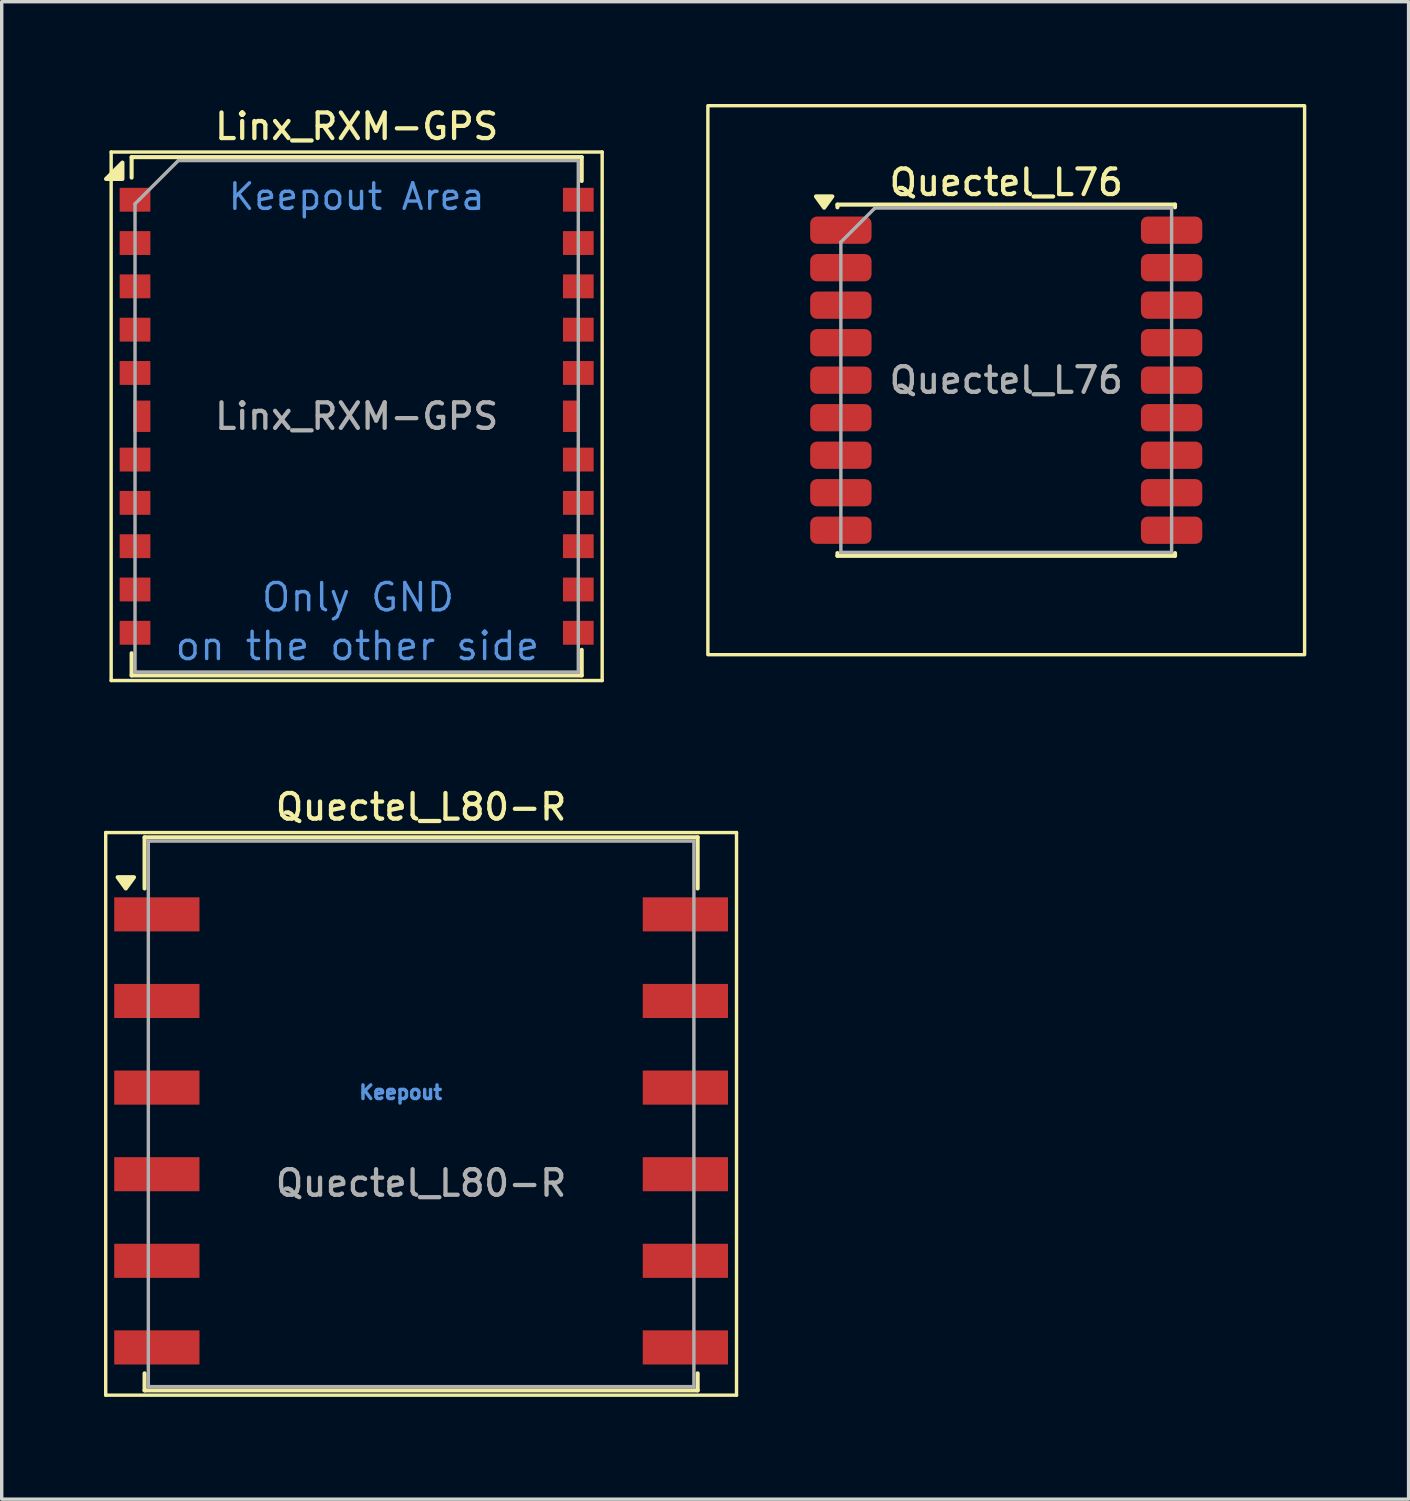
<source format=kicad_pcb>
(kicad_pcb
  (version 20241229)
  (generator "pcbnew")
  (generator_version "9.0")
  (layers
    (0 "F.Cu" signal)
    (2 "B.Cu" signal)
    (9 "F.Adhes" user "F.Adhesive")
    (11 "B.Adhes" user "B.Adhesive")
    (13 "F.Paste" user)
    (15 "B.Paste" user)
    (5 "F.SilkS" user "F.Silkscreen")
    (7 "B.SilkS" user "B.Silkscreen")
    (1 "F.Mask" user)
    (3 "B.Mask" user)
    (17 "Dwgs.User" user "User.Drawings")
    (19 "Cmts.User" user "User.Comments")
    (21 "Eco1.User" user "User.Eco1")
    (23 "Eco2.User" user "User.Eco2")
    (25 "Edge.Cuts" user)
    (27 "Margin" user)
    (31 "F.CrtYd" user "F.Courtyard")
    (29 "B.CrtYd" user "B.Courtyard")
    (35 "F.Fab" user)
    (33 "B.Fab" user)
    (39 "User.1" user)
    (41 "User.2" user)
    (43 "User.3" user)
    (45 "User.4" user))
  (footprint "Quectel_L80-R"
    (layer "F.Cu")
    (at 9.3 29.616)
    (property "Reference" "Quectel_L80-R" (at 0 -9 180) (layer "F.SilkS") (effects (font (size 0.75 0.75) (thickness 0.125))))
    (attr smd)
    (fp_line (start -9.25 -8.25) (end -9.25 8.25) (stroke (width 0.1) (type solid)) (layer "F.SilkS"))
    (fp_line (start -9.25 -8.25) (end 9.25 -8.25) (stroke (width 0.1) (type solid)) (layer "F.SilkS"))
    (fp_line (start -9.25 8.25) (end 9.25 8.25) (stroke (width 0.1) (type solid)) (layer "F.SilkS"))
    (fp_line (start -8.11 -8.11) (end -8.11 -6.61) (stroke (width 0.12) (type solid)) (layer "F.SilkS"))
    (fp_line (start -8.11 8.11) (end -8.11 7.61) (stroke (width 0.12) (type default)) (layer "F.SilkS"))
    (fp_line (start 8.11 -8.11) (end -8.11 -8.11) (stroke (width 0.12) (type solid)) (layer "F.SilkS"))
    (fp_line (start 8.11 -8.11) (end 8.11 -6.61) (stroke (width 0.12) (type solid)) (layer "F.SilkS"))
    (fp_line (start 8.11 8.11) (end -8.11 8.11) (stroke (width 0.12) (type solid)) (layer "F.SilkS"))
    (fp_line (start 8.11 8.11) (end 8.11 7.61) (stroke (width 0.12) (type default)) (layer "F.SilkS"))
    (fp_line (start 9.25 8.25) (end 9.25 -8.25) (stroke (width 0.1) (type solid)) (layer "F.SilkS"))
    (fp_poly (pts (xy -8.66 -6.61) (xy -8.9 -6.94) (xy -8.42 -6.94) (xy -8.66 -6.61)) (stroke (width 0.12) (type solid)) (fill yes) (layer "F.SilkS"))
    (fp_line (start -8 8) (end -8 -8) (stroke (width 0.1) (type solid)) (layer "F.Fab"))
    (fp_line (start 8 -8) (end -8 -8) (stroke (width 0.1) (type solid)) (layer "F.Fab"))
    (fp_line (start 8 8) (end -8 8) (stroke (width 0.1) (type solid)) (layer "F.Fab"))
    (fp_line (start 8 8) (end 8 -8) (stroke (width 0.1) (type solid)) (layer "F.Fab"))
    (fp_text user "Keepout" (at -0.6 -0.63 0) (layer "Cmts.User") (effects (font (size 0.4 0.4) (thickness 0.1))))
    (fp_text user "${REFERENCE}" (at 0 2.032 0) (layer "F.Fab") (effects (font (size 0.75 0.75) (thickness 0.125))))
    (pad "1" smd rect (at -7.75 -5.85 180) (size 2.5 1) (layers "F.Cu" "F.Mask" "F.Paste"))
    (pad "2" smd rect (at -7.75 -3.31 180) (size 2.5 1) (layers "F.Cu" "F.Mask" "F.Paste"))
    (pad "3" smd rect (at -7.75 -0.77 180) (size 2.5 1) (layers "F.Cu" "F.Mask" "F.Paste"))
    (pad "4" smd rect (at -7.75 1.77 180) (size 2.5 1) (layers "F.Cu" "F.Mask" "F.Paste"))
    (pad "5" smd rect (at -7.75 4.31 180) (size 2.5 1) (layers "F.Cu" "F.Mask" "F.Paste"))
    (pad "6" smd rect (at -7.75 6.85 180) (size 2.5 1) (layers "F.Cu" "F.Mask" "F.Paste"))
    (pad "7" smd rect (at 7.75 6.85 180) (size 2.5 1) (layers "F.Cu" "F.Mask" "F.Paste"))
    (pad "8" smd rect (at 7.75 4.31 180) (size 2.5 1) (layers "F.Cu" "F.Mask" "F.Paste"))
    (pad "9" smd rect (at 7.75 1.77 180) (size 2.5 1) (layers "F.Cu" "F.Mask" "F.Paste"))
    (pad "10" smd rect (at 7.75 -0.77 180) (size 2.5 1) (layers "F.Cu" "F.Mask" "F.Paste"))
    (pad "11" smd rect (at 7.75 -3.31 180) (size 2.5 1) (layers "F.Cu" "F.Mask" "F.Paste"))
    (pad "12" smd rect (at 7.75 -5.85 180) (size 2.5 1) (layers "F.Cu" "F.Mask" "F.Paste"))
    (zone (net_name "") (layer "F.Cu") (hatch full 0.508) (connect_pads) (min_thickness 0.254) (filled_areas_thickness no) (keepout (tracks not_allowed) (vias not_allowed) (pads not_allowed) (copperpour not_allowed) (footprints not_allowed)) (placement (enabled no)) (fill) (polygon (pts (xy 9.955 28.986) (xy 9.936 28.768) (xy 9.879 28.557) (xy 9.787 28.359) (xy 9.661 28.18) (xy 9.507 28.025) (xy 9.327 27.9) (xy 9.129 27.807) (xy 8.918 27.751) (xy 8.7 27.731) (xy 8.482 27.751) (xy 8.271 27.807) (xy 8.073 27.9) (xy 7.893 28.025) (xy 7.739 28.18) (xy 7.613 28.359) (xy 7.521 28.557) (xy 7.464 28.768) (xy 7.445 28.986) (xy 7.464 29.204) (xy 7.521 29.415) (xy 7.613 29.614) (xy 7.739 29.793) (xy 7.893 29.947) (xy 8.073 30.073) (xy 8.271 30.165) (xy 8.482 30.222) (xy 8.7 30.241) (xy 8.918 30.222) (xy 9.129 30.165) (xy 9.327 30.073) (xy 9.507 29.947) (xy 9.661 29.793) (xy 9.787 29.614) (xy 9.879 29.415) (xy 9.936 29.204)))))
  (footprint "Quectel_L76"
    (layer "F.Cu")
    (at 26.46 8.1)
    (property "Reference" "Quectel_L76" (at 0 -5.8 0) (layer "F.SilkS") (effects (font (size 0.75 0.75) (thickness 0.125))))
    (attr smd)
    (fp_line (start -4.95 -5.07) (end -4.95 -5.15) (stroke (width 0.12) (type solid)) (layer "F.SilkS"))
    (fp_line (start -4.95 5.07) (end -4.95 5.15) (stroke (width 0.12) (type solid)) (layer "F.SilkS"))
    (fp_line (start -4.95 5.15) (end 4.95 5.15) (stroke (width 0.12) (type solid)) (layer "F.SilkS"))
    (fp_line (start 4.95 -5.15) (end -4.95 -5.15) (stroke (width 0.12) (type solid)) (layer "F.SilkS"))
    (fp_line (start 4.95 -5.07) (end 4.95 -5.15) (stroke (width 0.12) (type solid)) (layer "F.SilkS"))
    (fp_line (start 4.95 5.07) (end 4.95 5.15) (stroke (width 0.12) (type solid)) (layer "F.SilkS"))
    (fp_rect (start -8.75 -8.05) (end 8.75 8.05) (stroke (width 0.1) (type solid)) (fill no) (layer "F.SilkS"))
    (fp_poly (pts (xy -5.34 -5.06) (xy -5.58 -5.39) (xy -5.1 -5.39) (xy -5.34 -5.06)) (stroke (width 0.12) (type solid)) (fill yes) (layer "F.SilkS"))
    (fp_line (start -4.85 -4.05) (end -4.85 5.05) (stroke (width 0.1) (type solid)) (layer "F.Fab"))
    (fp_line (start -4.85 5.05) (end 4.85 5.05) (stroke (width 0.1) (type solid)) (layer "F.Fab"))
    (fp_line (start -3.85 -5.05) (end -4.85 -4.05) (stroke (width 0.1) (type solid)) (layer "F.Fab"))
    (fp_line (start 4.85 -5.05) (end -3.85 -5.05) (stroke (width 0.1) (type solid)) (layer "F.Fab"))
    (fp_line (start 4.85 5.05) (end 4.85 -5.05) (stroke (width 0.1) (type solid)) (layer "F.Fab"))
    (fp_text user "${REFERENCE}" (at 0 0 0) (layer "F.Fab") (effects (font (size 0.75 0.75) (thickness 0.125))))
    (pad "1" smd roundrect (at -4.85 -4.4) (size 1.8 0.8) (layers "F.Cu" "F.Mask" "F.Paste") (roundrect_rratio 0.25))
    (pad "2" smd roundrect (at -4.85 -3.3) (size 1.8 0.8) (layers "F.Cu" "F.Mask" "F.Paste") (roundrect_rratio 0.25))
    (pad "3" smd roundrect (at -4.85 -2.2) (size 1.8 0.8) (layers "F.Cu" "F.Mask" "F.Paste") (roundrect_rratio 0.25))
    (pad "4" smd roundrect (at -4.85 -1.1) (size 1.8 0.8) (layers "F.Cu" "F.Mask" "F.Paste") (roundrect_rratio 0.25))
    (pad "5" smd roundrect (at -4.85 0) (size 1.8 0.8) (layers "F.Cu" "F.Mask" "F.Paste") (roundrect_rratio 0.25))
    (pad "6" smd roundrect (at -4.85 1.1) (size 1.8 0.8) (layers "F.Cu" "F.Mask" "F.Paste") (roundrect_rratio 0.25))
    (pad "7" smd roundrect (at -4.85 2.2) (size 1.8 0.8) (layers "F.Cu" "F.Mask" "F.Paste") (roundrect_rratio 0.25))
    (pad "8" smd roundrect (at -4.85 3.3) (size 1.8 0.8) (layers "F.Cu" "F.Mask" "F.Paste") (roundrect_rratio 0.25))
    (pad "9" smd roundrect (at -4.85 4.4) (size 1.8 0.8) (layers "F.Cu" "F.Mask" "F.Paste") (roundrect_rratio 0.25))
    (pad "10" smd roundrect (at 4.85 4.4) (size 1.8 0.8) (layers "F.Cu" "F.Mask" "F.Paste") (roundrect_rratio 0.25))
    (pad "11" smd roundrect (at 4.85 3.3) (size 1.8 0.8) (layers "F.Cu" "F.Mask" "F.Paste") (roundrect_rratio 0.25))
    (pad "12" smd roundrect (at 4.85 2.2) (size 1.8 0.8) (layers "F.Cu" "F.Mask" "F.Paste") (roundrect_rratio 0.25))
    (pad "13" smd roundrect (at 4.85 1.1) (size 1.8 0.8) (layers "F.Cu" "F.Mask" "F.Paste") (roundrect_rratio 0.25))
    (pad "14" smd roundrect (at 4.85 0) (size 1.8 0.8) (layers "F.Cu" "F.Mask" "F.Paste") (roundrect_rratio 0.25))
    (pad "15" smd roundrect (at 4.85 -1.1) (size 1.8 0.8) (layers "F.Cu" "F.Mask" "F.Paste") (roundrect_rratio 0.25))
    (pad "16" smd roundrect (at 4.85 -2.2) (size 1.8 0.8) (layers "F.Cu" "F.Mask" "F.Paste") (roundrect_rratio 0.25))
    (pad "17" smd roundrect (at 4.85 -3.3) (size 1.8 0.8) (layers "F.Cu" "F.Mask" "F.Paste") (roundrect_rratio 0.25))
    (pad "18" smd roundrect (at 4.85 -4.4) (size 1.8 0.8) (layers "F.Cu" "F.Mask" "F.Paste") (roundrect_rratio 0.25)))
  (footprint "Linx_RXM-GPS"
    (layer "F.Cu")
    (at 7.41 9.158)
    (property "Reference" "Linx_RXM-GPS" (at 0 -8.5 0) (layer "F.SilkS") (effects (font (size 0.75 0.75) (thickness 0.125))))
    (attr smd)
    (fp_line (start -7.2 -7.75) (end -7.2 7.75) (stroke (width 0.1) (type solid)) (layer "F.SilkS"))
    (fp_line (start -7.2 -7.75) (end 7.2 -7.75) (stroke (width 0.1) (type solid)) (layer "F.SilkS"))
    (fp_line (start -7.2 7.75) (end 7.2 7.75) (stroke (width 0.1) (type solid)) (layer "F.SilkS"))
    (fp_line (start -6.6 -7.6) (end 6.6 -7.6) (stroke (width 0.12) (type solid)) (layer "F.SilkS"))
    (fp_line (start -6.6 -7) (end -6.6 -7.6) (stroke (width 0.12) (type solid)) (layer "F.SilkS"))
    (fp_line (start -6.6 6.95) (end -6.6 7.6) (stroke (width 0.12) (type solid)) (layer "F.SilkS"))
    (fp_line (start -6.6 7.6) (end 6.6 7.6) (stroke (width 0.12) (type solid)) (layer "F.SilkS"))
    (fp_line (start 6.6 -7.6) (end 6.6 -6.9) (stroke (width 0.12) (type solid)) (layer "F.SilkS"))
    (fp_line (start 6.6 7.6) (end 6.6 6.85) (stroke (width 0.12) (type solid)) (layer "F.SilkS"))
    (fp_line (start 7.2 7.75) (end 7.2 -7.75) (stroke (width 0.1) (type solid)) (layer "F.SilkS"))
    (fp_poly (pts (xy -6.87 -6.96) (xy -6.87 -7.44) (xy -7.35 -6.96)) (stroke (width 0.12) (type solid)) (fill yes) (layer "F.SilkS"))
    (fp_line (start -6.5 -6.23) (end -6.5 7.5) (stroke (width 0.1) (type solid)) (layer "F.Fab"))
    (fp_line (start -6.5 7.5) (end 6.5 7.5) (stroke (width 0.1) (type solid)) (layer "F.Fab"))
    (fp_line (start -5.23 -7.5) (end -6.5 -6.23) (stroke (width 0.1) (type solid)) (layer "F.Fab"))
    (fp_line (start 6.5 -7.5) (end -5.23 -7.5) (stroke (width 0.1) (type solid)) (layer "F.Fab"))
    (fp_line (start 6.5 7.5) (end 6.5 -7.5) (stroke (width 0.1) (type solid)) (layer "F.Fab"))
    (fp_text user "on the other side" (at 0.02 6.74 0) (layer "Cmts.User") (effects (font (size 0.8 0.8) (thickness 0.1))))
    (fp_text user "Only GND" (at 0.04 5.31 0) (layer "Cmts.User") (effects (font (size 0.8 0.8) (thickness 0.1))))
    (fp_text user "Keepout Area" (at 0 -6.44 0) (layer "Cmts.User") (effects (font (size 0.75 0.75) (thickness 0.1))))
    (fp_text user "${REFERENCE}" (at 0 0 0) (layer "F.Fab") (effects (font (size 0.75 0.75) (thickness 0.125))))
    (pad "1" smd rect (at -6.5 -6.35 90) (size 0.7 0.9) (layers "F.Cu" "F.Mask" "F.Paste"))
    (pad "2" smd rect (at -6.5 -5.08 90) (size 0.7 0.9) (layers "F.Cu" "F.Mask" "F.Paste"))
    (pad "3" smd rect (at -6.5 -3.81 90) (size 0.7 0.9) (layers "F.Cu" "F.Mask" "F.Paste"))
    (pad "4" smd rect (at -6.5 -2.54 90) (size 0.7 0.9) (layers "F.Cu" "F.Mask" "F.Paste"))
    (pad "5" smd rect (at -6.5 -1.27 90) (size 0.7 0.9) (layers "F.Cu" "F.Mask" "F.Paste"))
    (pad "6" smd rect (at -6.5 1.27 90) (size 0.7 0.9) (layers "F.Cu" "F.Mask" "F.Paste"))
    (pad "7" smd rect (at -6.5 2.54 90) (size 0.7 0.9) (layers "F.Cu" "F.Mask" "F.Paste"))
    (pad "8" smd rect (at -6.5 3.81 90) (size 0.7 0.9) (layers "F.Cu" "F.Mask" "F.Paste"))
    (pad "9" smd rect (at -6.5 5.08 90) (size 0.7 0.9) (layers "F.Cu" "F.Mask" "F.Paste"))
    (pad "10" smd rect (at -6.5 6.35 90) (size 0.7 0.9) (layers "F.Cu" "F.Mask" "F.Paste"))
    (pad "11" smd rect (at 6.5 6.35 90) (size 0.7 0.9) (layers "F.Cu" "F.Mask" "F.Paste"))
    (pad "12" smd rect (at 6.5 5.08 90) (size 0.7 0.9) (layers "F.Cu" "F.Mask" "F.Paste"))
    (pad "13" smd rect (at 6.5 3.81 90) (size 0.7 0.9) (layers "F.Cu" "F.Mask" "F.Paste"))
    (pad "14" smd rect (at 6.5 2.54 90) (size 0.7 0.9) (layers "F.Cu" "F.Mask" "F.Paste"))
    (pad "15" smd rect (at 6.5 1.27 90) (size 0.7 0.9) (layers "F.Cu" "F.Mask" "F.Paste"))
    (pad "16" smd rect (at 6.5 -1.27 90) (size 0.7 0.9) (layers "F.Cu" "F.Mask" "F.Paste"))
    (pad "17" smd rect (at 6.5 -2.54 90) (size 0.7 0.9) (layers "F.Cu" "F.Mask" "F.Paste"))
    (pad "18" smd rect (at 6.5 -3.81 90) (size 0.7 0.9) (layers "F.Cu" "F.Mask" "F.Paste"))
    (pad "19" smd rect (at 6.5 -5.08 90) (size 0.7 0.9) (layers "F.Cu" "F.Mask" "F.Paste"))
    (pad "20" smd rect (at 6.5 -6.35 90) (size 0.7 0.9) (layers "F.Cu" "F.Mask" "F.Paste"))
    (pad "21" smd rect (at -6.3 0 90) (size 0.92 0.5) (layers "F.Cu" "F.Mask" "F.Paste"))
    (pad "22" smd rect (at 6.3 0 90) (size 0.92 0.5) (layers "F.Cu" "F.Mask" "F.Paste"))
    (zone (net_name "") (layer "F.Cu") (hatch full 0.508) (connect_pads) (min_thickness 0.254) (filled_areas_thickness no) (keepout (tracks not_allowed) (vias not_allowed) (pads not_allowed) (copperpour not_allowed) (footprints not_allowed)) (placement (enabled no)) (fill) (polygon (pts (xy 1.36 1.658) (xy 13.46 1.658) (xy 13.46 16.658) (xy 1.36 16.658)))))
  (gr_rect
    (start -3 -3)
    (end 38.26 40.916)
    (stroke (width 0.1) (type default))
    (fill no)
    (layer "Edge.Cuts")))
</source>
